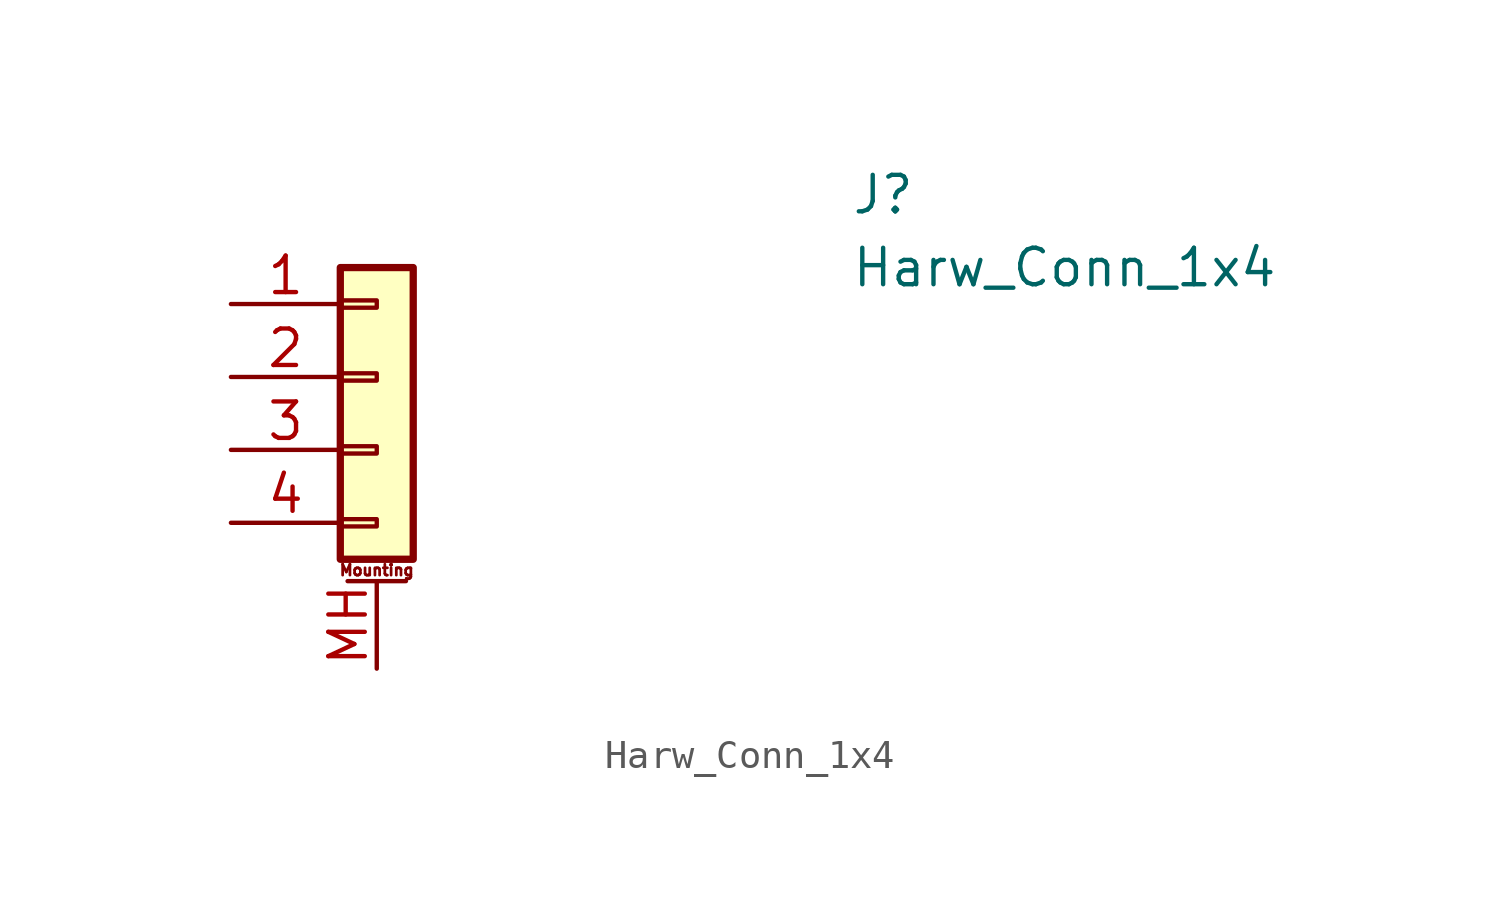
<source format=kicad_sym>
(kicad_symbol_lib
  (version 20211014)
  (generator kicad_symbol_editor)
  (symbol "Harw_Conn_1x4"
    (pin_names
      (offset 0.762))
    (property "Reference" "J"
      (at 16.51 7.62 0)
      (effects (font (size 1.27 1.27)) (justify left)))
    (property "Value" "Harw_Conn_1x4"
      (at 16.51 5.08 0)
      (effects (font (size 1.27 1.27)) (justify left)))
    (symbol "Harw_Conn_1x4_1_1"
      (rectangle (start -1.27 -3.683) (end 0 -3.937) (stroke (width 0.152) (type default) (color 0 0 0 0)) (fill (type none)))
      (rectangle (start -1.27 -1.143) (end 0 -1.397) (stroke (width 0.152) (type default) (color 0 0 0 0)) (fill (type none)))
      (rectangle (start -1.27 1.397) (end 0 1.143) (stroke (width 0.152) (type default) (color 0 0 0 0)) (fill (type none)))
      (rectangle (start -1.27 3.937) (end 0 3.683) (stroke (width 0.152) (type default) (color 0 0 0 0)) (fill (type none)))
      (rectangle (start -1.27 5.08) (end 1.27 -5.08) (stroke (width 0.254) (type default) (color 0 0 0 0)) (fill (type background)))
      (polyline (pts (xy -1.016 -5.842) (xy 1.016 -5.842)) (stroke (width 0.152) (type default) (color 0 0 0 0)) (fill (type none)))
      (text "Mounting" (at 0 -5.461 0) (effects (font (size 0.381 0.381))))
      (pin passive line (at -5.08 3.81 0) (length 3.81) (name "" (effects (font (size 1.27 1.27)))) (number "1" (effects (font (size 1.27 1.27)))))
      (pin passive line (at -5.08 1.27 0) (length 3.81) (name "" (effects (font (size 1.27 1.27)))) (number "2" (effects (font (size 1.27 1.27)))))
      (pin passive line (at -5.08 -1.27 0) (length 3.81) (name "" (effects (font (size 1.27 1.27)))) (number "3" (effects (font (size 1.27 1.27)))))
      (pin passive line (at -5.08 -3.81 0) (length 3.81) (name "" (effects (font (size 1.27 1.27)))) (number "4" (effects (font (size 1.27 1.27)))))
      (pin passive line (at 0 -8.89 90) (length 3.048) (name "" (effects (font (size 1.27 1.27)))) (number "MH" (effects (font (size 1.27 1.27))))))))
</source>
